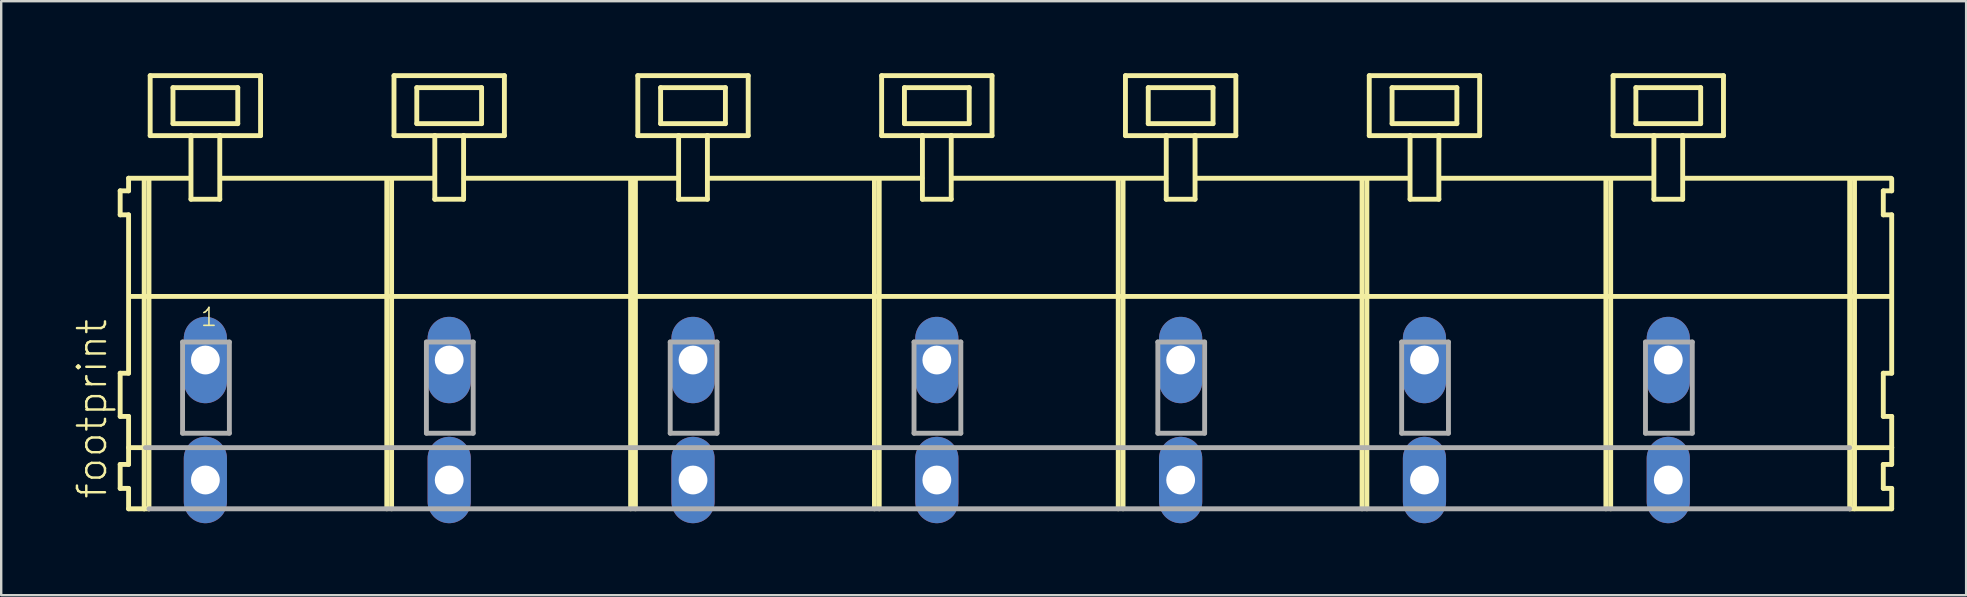
<source format=kicad_pcb>
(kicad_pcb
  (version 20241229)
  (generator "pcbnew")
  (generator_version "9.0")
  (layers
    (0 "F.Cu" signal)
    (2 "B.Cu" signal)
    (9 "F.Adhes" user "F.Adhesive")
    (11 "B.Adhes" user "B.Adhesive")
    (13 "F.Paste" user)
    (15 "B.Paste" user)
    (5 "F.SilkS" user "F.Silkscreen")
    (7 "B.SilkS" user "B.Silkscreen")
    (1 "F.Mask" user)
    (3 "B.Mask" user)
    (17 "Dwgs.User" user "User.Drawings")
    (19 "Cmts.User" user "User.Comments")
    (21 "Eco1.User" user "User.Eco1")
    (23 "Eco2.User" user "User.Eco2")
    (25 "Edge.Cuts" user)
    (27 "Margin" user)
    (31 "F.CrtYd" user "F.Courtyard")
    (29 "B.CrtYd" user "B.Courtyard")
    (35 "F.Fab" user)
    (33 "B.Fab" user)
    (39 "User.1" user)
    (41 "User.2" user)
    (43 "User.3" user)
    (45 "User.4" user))
  (footprint "footprint"
    (layer "F.Cu")
    (at 33.448 11.952)
    (property "Reference" "footprint" (at -31.975 5.855 90) (layer "F.SilkS") (effects (font (size 1.168 1.168) (thickness 0.102)) (justify left bottom)))
    (fp_line (start -31.49 -7.05) (end -31.49 -6.05) (stroke (width 0.203) (type solid)) (layer "F.SilkS"))
    (fp_line (start -31.49 -6.05) (end -31.14 -6.05) (stroke (width 0.203) (type solid)) (layer "F.SilkS"))
    (fp_line (start -31.49 0.55) (end -31.49 2.35) (stroke (width 0.203) (type solid)) (layer "F.SilkS"))
    (fp_line (start -31.49 2.35) (end -31.14 2.35) (stroke (width 0.203) (type solid)) (layer "F.SilkS"))
    (fp_line (start -31.49 4.35) (end -31.49 5.35) (stroke (width 0.203) (type solid)) (layer "F.SilkS"))
    (fp_line (start -31.49 5.35) (end -31.14 5.35) (stroke (width 0.203) (type solid)) (layer "F.SilkS"))
    (fp_line (start -31.14 -7.575) (end -31.14 -7.05) (stroke (width 0.203) (type solid)) (layer "F.SilkS"))
    (fp_line (start -31.14 -7.575) (end -28.565 -7.575) (stroke (width 0.203) (type solid)) (layer "F.SilkS"))
    (fp_line (start -31.14 -7.05) (end -31.49 -7.05) (stroke (width 0.203) (type solid)) (layer "F.SilkS"))
    (fp_line (start -31.14 -6.05) (end -31.14 0.55) (stroke (width 0.203) (type solid)) (layer "F.SilkS"))
    (fp_line (start -31.14 0.55) (end -31.49 0.55) (stroke (width 0.203) (type solid)) (layer "F.SilkS"))
    (fp_line (start -31.14 2.35) (end -31.14 4.35) (stroke (width 0.203) (type solid)) (layer "F.SilkS"))
    (fp_line (start -31.14 3.65) (end -30.44 3.65) (stroke (width 0.203) (type solid)) (layer "F.SilkS"))
    (fp_line (start -31.14 4.35) (end -31.49 4.35) (stroke (width 0.203) (type solid)) (layer "F.SilkS"))
    (fp_line (start -31.14 5.35) (end -31.14 6.2) (stroke (width 0.203) (type solid)) (layer "F.SilkS"))
    (fp_line (start -31.14 6.2) (end -30.49 6.2) (stroke (width 0.203) (type solid)) (layer "F.SilkS"))
    (fp_line (start -31.09 -2.65) (end 42.28 -2.65) (stroke (width 0.203) (type solid)) (layer "F.SilkS"))
    (fp_line (start -30.49 -7.55) (end -30.49 6.2) (stroke (width 0.203) (type solid)) (layer "F.SilkS"))
    (fp_line (start -30.49 6.2) (end -30.29 6.2) (stroke (width 0.203) (type solid)) (layer "F.SilkS"))
    (fp_line (start -30.29 -7.55) (end -30.29 6.2) (stroke (width 0.203) (type solid)) (layer "F.SilkS"))
    (fp_line (start -30.24 -11.85) (end -30.24 -9.35) (stroke (width 0.203) (type solid)) (layer "F.SilkS"))
    (fp_line (start -30.24 -9.35) (end -28.54 -9.35) (stroke (width 0.203) (type solid)) (layer "F.SilkS"))
    (fp_line (start -29.29 -11.35) (end -29.29 -9.85) (stroke (width 0.203) (type solid)) (layer "F.SilkS"))
    (fp_line (start -29.29 -9.85) (end -26.59 -9.85) (stroke (width 0.203) (type solid)) (layer "F.SilkS"))
    (fp_line (start -28.54 -9.35) (end -28.54 -6.7) (stroke (width 0.203) (type solid)) (layer "F.SilkS"))
    (fp_line (start -28.54 -9.35) (end -27.34 -9.35) (stroke (width 0.203) (type solid)) (layer "F.SilkS"))
    (fp_line (start -28.54 -6.7) (end -27.34 -6.7) (stroke (width 0.203) (type solid)) (layer "F.SilkS"))
    (fp_line (start -27.34 -9.35) (end -25.64 -9.35) (stroke (width 0.203) (type solid)) (layer "F.SilkS"))
    (fp_line (start -27.34 -6.7) (end -27.34 -9.35) (stroke (width 0.203) (type solid)) (layer "F.SilkS"))
    (fp_line (start -27.315 -7.575) (end -18.401 -7.575) (stroke (width 0.203) (type solid)) (layer "F.SilkS"))
    (fp_line (start -26.59 -11.35) (end -29.29 -11.35) (stroke (width 0.203) (type solid)) (layer "F.SilkS"))
    (fp_line (start -26.59 -9.85) (end -26.59 -11.35) (stroke (width 0.203) (type solid)) (layer "F.SilkS"))
    (fp_line (start -25.64 -11.85) (end -30.24 -11.85) (stroke (width 0.203) (type solid)) (layer "F.SilkS"))
    (fp_line (start -25.64 -9.35) (end -25.64 -11.85) (stroke (width 0.203) (type solid)) (layer "F.SilkS"))
    (fp_line (start -20.38 -7.55) (end -20.38 6.2) (stroke (width 0.203) (type solid)) (layer "F.SilkS"))
    (fp_line (start -20.18 -7.55) (end -20.18 6.2) (stroke (width 0.203) (type solid)) (layer "F.SilkS"))
    (fp_line (start -20.08 -11.85) (end -20.08 -9.35) (stroke (width 0.203) (type solid)) (layer "F.SilkS"))
    (fp_line (start -20.08 -9.35) (end -18.38 -9.35) (stroke (width 0.203) (type solid)) (layer "F.SilkS"))
    (fp_line (start -19.13 -11.35) (end -19.13 -9.85) (stroke (width 0.203) (type solid)) (layer "F.SilkS"))
    (fp_line (start -19.13 -9.85) (end -16.43 -9.85) (stroke (width 0.203) (type solid)) (layer "F.SilkS"))
    (fp_line (start -18.38 -9.35) (end -18.38 -6.7) (stroke (width 0.203) (type solid)) (layer "F.SilkS"))
    (fp_line (start -18.38 -9.35) (end -17.18 -9.35) (stroke (width 0.203) (type solid)) (layer "F.SilkS"))
    (fp_line (start -18.38 -6.7) (end -17.18 -6.7) (stroke (width 0.203) (type solid)) (layer "F.SilkS"))
    (fp_line (start -17.18 -9.35) (end -15.48 -9.35) (stroke (width 0.203) (type solid)) (layer "F.SilkS"))
    (fp_line (start -17.18 -6.7) (end -17.18 -9.35) (stroke (width 0.203) (type solid)) (layer "F.SilkS"))
    (fp_line (start -17.155 -7.575) (end -8.241 -7.575) (stroke (width 0.203) (type solid)) (layer "F.SilkS"))
    (fp_line (start -16.43 -11.35) (end -19.13 -11.35) (stroke (width 0.203) (type solid)) (layer "F.SilkS"))
    (fp_line (start -16.43 -9.85) (end -16.43 -11.35) (stroke (width 0.203) (type solid)) (layer "F.SilkS"))
    (fp_line (start -15.48 -11.85) (end -20.08 -11.85) (stroke (width 0.203) (type solid)) (layer "F.SilkS"))
    (fp_line (start -15.48 -9.35) (end -15.48 -11.85) (stroke (width 0.203) (type solid)) (layer "F.SilkS"))
    (fp_line (start -10.22 -7.55) (end -10.22 6.2) (stroke (width 0.203) (type solid)) (layer "F.SilkS"))
    (fp_line (start -10.02 -7.55) (end -10.02 6.2) (stroke (width 0.203) (type solid)) (layer "F.SilkS"))
    (fp_line (start -9.92 -11.85) (end -9.92 -9.35) (stroke (width 0.203) (type solid)) (layer "F.SilkS"))
    (fp_line (start -9.92 -9.35) (end -8.22 -9.35) (stroke (width 0.203) (type solid)) (layer "F.SilkS"))
    (fp_line (start -8.97 -11.35) (end -8.97 -9.85) (stroke (width 0.203) (type solid)) (layer "F.SilkS"))
    (fp_line (start -8.97 -9.85) (end -6.27 -9.85) (stroke (width 0.203) (type solid)) (layer "F.SilkS"))
    (fp_line (start -8.22 -9.35) (end -8.22 -6.7) (stroke (width 0.203) (type solid)) (layer "F.SilkS"))
    (fp_line (start -8.22 -9.35) (end -7.02 -9.35) (stroke (width 0.203) (type solid)) (layer "F.SilkS"))
    (fp_line (start -8.22 -6.7) (end -7.02 -6.7) (stroke (width 0.203) (type solid)) (layer "F.SilkS"))
    (fp_line (start -7.02 -9.35) (end -5.32 -9.35) (stroke (width 0.203) (type solid)) (layer "F.SilkS"))
    (fp_line (start -7.02 -6.7) (end -7.02 -9.35) (stroke (width 0.203) (type solid)) (layer "F.SilkS"))
    (fp_line (start -6.995 -7.575) (end 1.919 -7.575) (stroke (width 0.203) (type solid)) (layer "F.SilkS"))
    (fp_line (start -6.27 -11.35) (end -8.97 -11.35) (stroke (width 0.203) (type solid)) (layer "F.SilkS"))
    (fp_line (start -6.27 -9.85) (end -6.27 -11.35) (stroke (width 0.203) (type solid)) (layer "F.SilkS"))
    (fp_line (start -5.32 -11.85) (end -9.92 -11.85) (stroke (width 0.203) (type solid)) (layer "F.SilkS"))
    (fp_line (start -5.32 -9.35) (end -5.32 -11.85) (stroke (width 0.203) (type solid)) (layer "F.SilkS"))
    (fp_line (start -0.06 -7.55) (end -0.06 6.2) (stroke (width 0.203) (type solid)) (layer "F.SilkS"))
    (fp_line (start 0.14 -7.55) (end 0.14 6.2) (stroke (width 0.203) (type solid)) (layer "F.SilkS"))
    (fp_line (start 0.24 -11.85) (end 0.24 -9.35) (stroke (width 0.203) (type solid)) (layer "F.SilkS"))
    (fp_line (start 0.24 -9.35) (end 1.94 -9.35) (stroke (width 0.203) (type solid)) (layer "F.SilkS"))
    (fp_line (start 1.19 -11.35) (end 1.19 -9.85) (stroke (width 0.203) (type solid)) (layer "F.SilkS"))
    (fp_line (start 1.19 -9.85) (end 3.89 -9.85) (stroke (width 0.203) (type solid)) (layer "F.SilkS"))
    (fp_line (start 1.94 -9.35) (end 1.94 -6.7) (stroke (width 0.203) (type solid)) (layer "F.SilkS"))
    (fp_line (start 1.94 -9.35) (end 3.14 -9.35) (stroke (width 0.203) (type solid)) (layer "F.SilkS"))
    (fp_line (start 1.94 -6.7) (end 3.14 -6.7) (stroke (width 0.203) (type solid)) (layer "F.SilkS"))
    (fp_line (start 3.14 -9.35) (end 4.84 -9.35) (stroke (width 0.203) (type solid)) (layer "F.SilkS"))
    (fp_line (start 3.14 -6.7) (end 3.14 -9.35) (stroke (width 0.203) (type solid)) (layer "F.SilkS"))
    (fp_line (start 3.165 -7.575) (end 12.079 -7.575) (stroke (width 0.203) (type solid)) (layer "F.SilkS"))
    (fp_line (start 3.89 -11.35) (end 1.19 -11.35) (stroke (width 0.203) (type solid)) (layer "F.SilkS"))
    (fp_line (start 3.89 -9.85) (end 3.89 -11.35) (stroke (width 0.203) (type solid)) (layer "F.SilkS"))
    (fp_line (start 4.84 -11.85) (end 0.24 -11.85) (stroke (width 0.203) (type solid)) (layer "F.SilkS"))
    (fp_line (start 4.84 -9.35) (end 4.84 -11.85) (stroke (width 0.203) (type solid)) (layer "F.SilkS"))
    (fp_line (start 10.1 -7.55) (end 10.1 6.2) (stroke (width 0.203) (type solid)) (layer "F.SilkS"))
    (fp_line (start 10.3 -7.55) (end 10.3 6.2) (stroke (width 0.203) (type solid)) (layer "F.SilkS"))
    (fp_line (start 10.4 -11.85) (end 10.4 -9.35) (stroke (width 0.203) (type solid)) (layer "F.SilkS"))
    (fp_line (start 10.4 -9.35) (end 12.1 -9.35) (stroke (width 0.203) (type solid)) (layer "F.SilkS"))
    (fp_line (start 11.35 -11.35) (end 11.35 -9.85) (stroke (width 0.203) (type solid)) (layer "F.SilkS"))
    (fp_line (start 11.35 -9.85) (end 14.05 -9.85) (stroke (width 0.203) (type solid)) (layer "F.SilkS"))
    (fp_line (start 12.1 -9.35) (end 12.1 -6.7) (stroke (width 0.203) (type solid)) (layer "F.SilkS"))
    (fp_line (start 12.1 -9.35) (end 13.3 -9.35) (stroke (width 0.203) (type solid)) (layer "F.SilkS"))
    (fp_line (start 12.1 -6.7) (end 13.3 -6.7) (stroke (width 0.203) (type solid)) (layer "F.SilkS"))
    (fp_line (start 13.3 -9.35) (end 15 -9.35) (stroke (width 0.203) (type solid)) (layer "F.SilkS"))
    (fp_line (start 13.3 -6.7) (end 13.3 -9.35) (stroke (width 0.203) (type solid)) (layer "F.SilkS"))
    (fp_line (start 13.325 -7.575) (end 22.239 -7.575) (stroke (width 0.203) (type solid)) (layer "F.SilkS"))
    (fp_line (start 14.05 -11.35) (end 11.35 -11.35) (stroke (width 0.203) (type solid)) (layer "F.SilkS"))
    (fp_line (start 14.05 -9.85) (end 14.05 -11.35) (stroke (width 0.203) (type solid)) (layer "F.SilkS"))
    (fp_line (start 15 -11.85) (end 10.4 -11.85) (stroke (width 0.203) (type solid)) (layer "F.SilkS"))
    (fp_line (start 15 -9.35) (end 15 -11.85) (stroke (width 0.203) (type solid)) (layer "F.SilkS"))
    (fp_line (start 20.26 -7.55) (end 20.26 6.2) (stroke (width 0.203) (type solid)) (layer "F.SilkS"))
    (fp_line (start 20.46 -7.55) (end 20.46 6.2) (stroke (width 0.203) (type solid)) (layer "F.SilkS"))
    (fp_line (start 20.56 -11.85) (end 20.56 -9.35) (stroke (width 0.203) (type solid)) (layer "F.SilkS"))
    (fp_line (start 20.56 -9.35) (end 22.26 -9.35) (stroke (width 0.203) (type solid)) (layer "F.SilkS"))
    (fp_line (start 21.51 -11.35) (end 21.51 -9.85) (stroke (width 0.203) (type solid)) (layer "F.SilkS"))
    (fp_line (start 21.51 -9.85) (end 24.21 -9.85) (stroke (width 0.203) (type solid)) (layer "F.SilkS"))
    (fp_line (start 22.26 -9.35) (end 22.26 -6.7) (stroke (width 0.203) (type solid)) (layer "F.SilkS"))
    (fp_line (start 22.26 -9.35) (end 23.46 -9.35) (stroke (width 0.203) (type solid)) (layer "F.SilkS"))
    (fp_line (start 22.26 -6.7) (end 23.46 -6.7) (stroke (width 0.203) (type solid)) (layer "F.SilkS"))
    (fp_line (start 23.46 -9.35) (end 25.16 -9.35) (stroke (width 0.203) (type solid)) (layer "F.SilkS"))
    (fp_line (start 23.46 -6.7) (end 23.46 -9.35) (stroke (width 0.203) (type solid)) (layer "F.SilkS"))
    (fp_line (start 23.485 -7.575) (end 32.399 -7.575) (stroke (width 0.203) (type solid)) (layer "F.SilkS"))
    (fp_line (start 24.21 -11.35) (end 21.51 -11.35) (stroke (width 0.203) (type solid)) (layer "F.SilkS"))
    (fp_line (start 24.21 -9.85) (end 24.21 -11.35) (stroke (width 0.203) (type solid)) (layer "F.SilkS"))
    (fp_line (start 25.16 -11.85) (end 20.56 -11.85) (stroke (width 0.203) (type solid)) (layer "F.SilkS"))
    (fp_line (start 25.16 -9.35) (end 25.16 -11.85) (stroke (width 0.203) (type solid)) (layer "F.SilkS"))
    (fp_line (start 30.42 -7.55) (end 30.42 6.2) (stroke (width 0.203) (type solid)) (layer "F.SilkS"))
    (fp_line (start 30.62 -7.55) (end 30.62 6.2) (stroke (width 0.203) (type solid)) (layer "F.SilkS"))
    (fp_line (start 30.72 -11.85) (end 30.72 -9.35) (stroke (width 0.203) (type solid)) (layer "F.SilkS"))
    (fp_line (start 30.72 -9.35) (end 32.42 -9.35) (stroke (width 0.203) (type solid)) (layer "F.SilkS"))
    (fp_line (start 31.67 -11.35) (end 31.67 -9.85) (stroke (width 0.203) (type solid)) (layer "F.SilkS"))
    (fp_line (start 31.67 -9.85) (end 34.37 -9.85) (stroke (width 0.203) (type solid)) (layer "F.SilkS"))
    (fp_line (start 32.42 -9.35) (end 32.42 -6.7) (stroke (width 0.203) (type solid)) (layer "F.SilkS"))
    (fp_line (start 32.42 -9.35) (end 33.62 -9.35) (stroke (width 0.203) (type solid)) (layer "F.SilkS"))
    (fp_line (start 32.42 -6.7) (end 33.62 -6.7) (stroke (width 0.203) (type solid)) (layer "F.SilkS"))
    (fp_line (start 33.62 -9.35) (end 35.32 -9.35) (stroke (width 0.203) (type solid)) (layer "F.SilkS"))
    (fp_line (start 33.62 -6.7) (end 33.62 -9.35) (stroke (width 0.203) (type solid)) (layer "F.SilkS"))
    (fp_line (start 33.645 -7.575) (end 42.305 -7.575) (stroke (width 0.203) (type solid)) (layer "F.SilkS"))
    (fp_line (start 34.37 -11.35) (end 31.67 -11.35) (stroke (width 0.203) (type solid)) (layer "F.SilkS"))
    (fp_line (start 34.37 -9.85) (end 34.37 -11.35) (stroke (width 0.203) (type solid)) (layer "F.SilkS"))
    (fp_line (start 35.32 -11.85) (end 30.72 -11.85) (stroke (width 0.203) (type solid)) (layer "F.SilkS"))
    (fp_line (start 35.32 -9.35) (end 35.32 -11.85) (stroke (width 0.203) (type solid)) (layer "F.SilkS"))
    (fp_line (start 40.58 -7.55) (end 40.58 6.2) (stroke (width 0.203) (type solid)) (layer "F.SilkS"))
    (fp_line (start 40.58 6.2) (end 42.33 6.2) (stroke (width 0.203) (type solid)) (layer "F.SilkS"))
    (fp_line (start 40.63 3.65) (end 42.33 3.65) (stroke (width 0.203) (type solid)) (layer "F.SilkS"))
    (fp_line (start 40.78 -7.55) (end 40.78 6.2) (stroke (width 0.203) (type solid)) (layer "F.SilkS"))
    (fp_line (start 41.98 -7.05) (end 41.98 -6.05) (stroke (width 0.203) (type solid)) (layer "F.SilkS"))
    (fp_line (start 41.98 -6.05) (end 42.33 -6.05) (stroke (width 0.203) (type solid)) (layer "F.SilkS"))
    (fp_line (start 41.98 0.55) (end 41.98 2.35) (stroke (width 0.203) (type solid)) (layer "F.SilkS"))
    (fp_line (start 41.98 2.35) (end 42.33 2.35) (stroke (width 0.203) (type solid)) (layer "F.SilkS"))
    (fp_line (start 41.98 4.35) (end 41.98 5.35) (stroke (width 0.203) (type solid)) (layer "F.SilkS"))
    (fp_line (start 41.98 5.35) (end 42.33 5.35) (stroke (width 0.203) (type solid)) (layer "F.SilkS"))
    (fp_line (start 42.33 -7.05) (end 41.98 -7.05) (stroke (width 0.203) (type solid)) (layer "F.SilkS"))
    (fp_line (start 42.33 -7.05) (end 42.33 -7.55) (stroke (width 0.203) (type solid)) (layer "F.SilkS"))
    (fp_line (start 42.33 0.55) (end 41.98 0.55) (stroke (width 0.203) (type solid)) (layer "F.SilkS"))
    (fp_line (start 42.33 0.55) (end 42.33 -6.05) (stroke (width 0.203) (type solid)) (layer "F.SilkS"))
    (fp_line (start 42.33 3.65) (end 42.33 2.35) (stroke (width 0.203) (type solid)) (layer "F.SilkS"))
    (fp_line (start 42.33 4.35) (end 41.98 4.35) (stroke (width 0.203) (type solid)) (layer "F.SilkS"))
    (fp_line (start 42.33 4.35) (end 42.33 3.65) (stroke (width 0.203) (type solid)) (layer "F.SilkS"))
    (fp_line (start 42.33 6.2) (end 42.33 5.35) (stroke (width 0.203) (type solid)) (layer "F.SilkS"))
    (fp_line (start -30.44 3.65) (end 40.58 3.65) (stroke (width 0.203) (type solid)) (layer "F.Fab"))
    (fp_line (start -30.29 6.2) (end 40.58 6.2) (stroke (width 0.203) (type solid)) (layer "F.Fab"))
    (fp_line (start -28.89 -0.75) (end -28.89 3.05) (stroke (width 0.203) (type solid)) (layer "F.Fab"))
    (fp_line (start -28.89 3.05) (end -26.94 3.05) (stroke (width 0.203) (type solid)) (layer "F.Fab"))
    (fp_line (start -26.94 -0.75) (end -28.89 -0.75) (stroke (width 0.203) (type solid)) (layer "F.Fab"))
    (fp_line (start -26.94 3.05) (end -26.94 -0.75) (stroke (width 0.203) (type solid)) (layer "F.Fab"))
    (fp_line (start -18.73 -0.75) (end -18.73 3.05) (stroke (width 0.203) (type solid)) (layer "F.Fab"))
    (fp_line (start -18.73 3.05) (end -16.78 3.05) (stroke (width 0.203) (type solid)) (layer "F.Fab"))
    (fp_line (start -16.78 -0.75) (end -18.73 -0.75) (stroke (width 0.203) (type solid)) (layer "F.Fab"))
    (fp_line (start -16.78 3.05) (end -16.78 -0.75) (stroke (width 0.203) (type solid)) (layer "F.Fab"))
    (fp_line (start -8.57 -0.75) (end -8.57 3.05) (stroke (width 0.203) (type solid)) (layer "F.Fab"))
    (fp_line (start -8.57 3.05) (end -6.62 3.05) (stroke (width 0.203) (type solid)) (layer "F.Fab"))
    (fp_line (start -6.62 -0.75) (end -8.57 -0.75) (stroke (width 0.203) (type solid)) (layer "F.Fab"))
    (fp_line (start -6.62 3.05) (end -6.62 -0.75) (stroke (width 0.203) (type solid)) (layer "F.Fab"))
    (fp_line (start 1.59 -0.75) (end 1.59 3.05) (stroke (width 0.203) (type solid)) (layer "F.Fab"))
    (fp_line (start 1.59 3.05) (end 3.54 3.05) (stroke (width 0.203) (type solid)) (layer "F.Fab"))
    (fp_line (start 3.54 -0.75) (end 1.59 -0.75) (stroke (width 0.203) (type solid)) (layer "F.Fab"))
    (fp_line (start 3.54 3.05) (end 3.54 -0.75) (stroke (width 0.203) (type solid)) (layer "F.Fab"))
    (fp_line (start 11.75 -0.75) (end 11.75 3.05) (stroke (width 0.203) (type solid)) (layer "F.Fab"))
    (fp_line (start 11.75 3.05) (end 13.7 3.05) (stroke (width 0.203) (type solid)) (layer "F.Fab"))
    (fp_line (start 13.7 -0.75) (end 11.75 -0.75) (stroke (width 0.203) (type solid)) (layer "F.Fab"))
    (fp_line (start 13.7 3.05) (end 13.7 -0.75) (stroke (width 0.203) (type solid)) (layer "F.Fab"))
    (fp_line (start 21.91 -0.75) (end 21.91 3.05) (stroke (width 0.203) (type solid)) (layer "F.Fab"))
    (fp_line (start 21.91 3.05) (end 23.86 3.05) (stroke (width 0.203) (type solid)) (layer "F.Fab"))
    (fp_line (start 23.86 -0.75) (end 21.91 -0.75) (stroke (width 0.203) (type solid)) (layer "F.Fab"))
    (fp_line (start 23.86 3.05) (end 23.86 -0.75) (stroke (width 0.203) (type solid)) (layer "F.Fab"))
    (fp_line (start 32.07 -0.75) (end 32.07 3.05) (stroke (width 0.203) (type solid)) (layer "F.Fab"))
    (fp_line (start 32.07 3.05) (end 34.02 3.05) (stroke (width 0.203) (type solid)) (layer "F.Fab"))
    (fp_line (start 34.02 -0.75) (end 32.07 -0.75) (stroke (width 0.203) (type solid)) (layer "F.Fab"))
    (fp_line (start 34.02 3.05) (end 34.02 -0.75) (stroke (width 0.203) (type solid)) (layer "F.Fab"))
    (fp_text user "1" (at -28.19 -1.35 0) (layer "F.SilkS") (effects (font (size 0.748 0.748) (thickness 0.065)) (justify left bottom)))
    (pad "A1" thru_hole oval (at -27.94 0 90) (size 3.6 1.8) (drill 1.2) (layers "*.Cu" "*.Mask"))
    (pad "A2" thru_hole oval (at -17.78 0 90) (size 3.6 1.8) (drill 1.2) (layers "*.Cu" "*.Mask"))
    (pad "A3" thru_hole oval (at -7.62 0 90) (size 3.6 1.8) (drill 1.2) (layers "*.Cu" "*.Mask"))
    (pad "A4" thru_hole oval (at 2.54 0 90) (size 3.6 1.8) (drill 1.2) (layers "*.Cu" "*.Mask"))
    (pad "A5" thru_hole oval (at 12.7 0 90) (size 3.6 1.8) (drill 1.2) (layers "*.Cu" "*.Mask"))
    (pad "A6" thru_hole oval (at 22.86 0 90) (size 3.6 1.8) (drill 1.2) (layers "*.Cu" "*.Mask"))
    (pad "A7" thru_hole oval (at 33.02 0 90) (size 3.6 1.8) (drill 1.2) (layers "*.Cu" "*.Mask"))
    (pad "B1" thru_hole oval (at -27.94 5 90) (size 3.6 1.8) (drill 1.2) (layers "*.Cu" "*.Mask"))
    (pad "B2" thru_hole oval (at -17.78 5 90) (size 3.6 1.8) (drill 1.2) (layers "*.Cu" "*.Mask"))
    (pad "B3" thru_hole oval (at -7.62 5 90) (size 3.6 1.8) (drill 1.2) (layers "*.Cu" "*.Mask"))
    (pad "B4" thru_hole oval (at 2.54 5 90) (size 3.6 1.8) (drill 1.2) (layers "*.Cu" "*.Mask"))
    (pad "B5" thru_hole oval (at 12.7 5 90) (size 3.6 1.8) (drill 1.2) (layers "*.Cu" "*.Mask"))
    (pad "B6" thru_hole oval (at 22.86 5 90) (size 3.6 1.8) (drill 1.2) (layers "*.Cu" "*.Mask"))
    (pad "B7" thru_hole oval (at 33.02 5 90) (size 3.6 1.8) (drill 1.2) (layers "*.Cu" "*.Mask")))
  (gr_rect
    (start -3 -3)
    (end 78.88 21.752)
    (stroke (width 0.1) (type default))
    (fill no)
    (layer "Edge.Cuts")))
</source>
